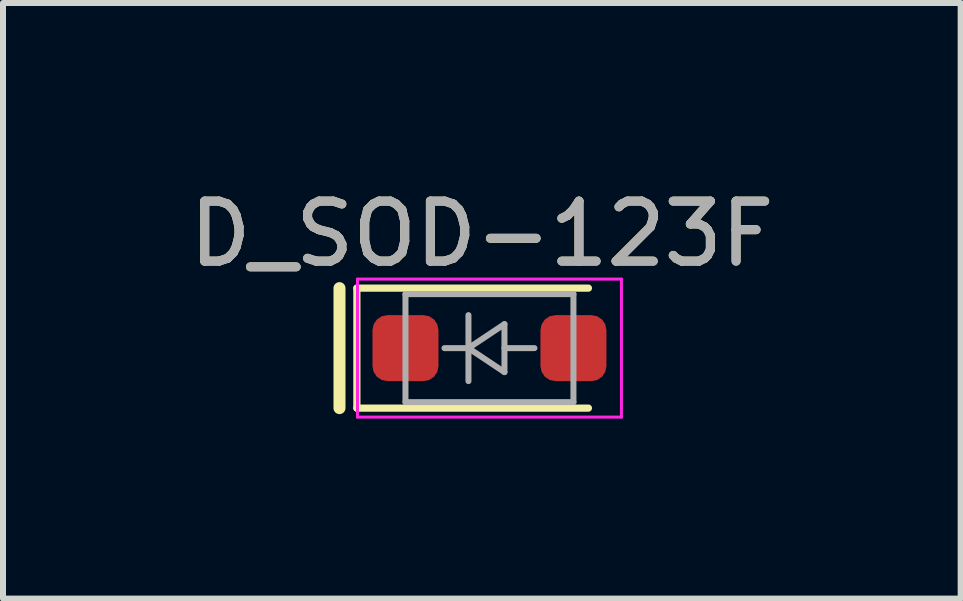
<source format=kicad_pcb>
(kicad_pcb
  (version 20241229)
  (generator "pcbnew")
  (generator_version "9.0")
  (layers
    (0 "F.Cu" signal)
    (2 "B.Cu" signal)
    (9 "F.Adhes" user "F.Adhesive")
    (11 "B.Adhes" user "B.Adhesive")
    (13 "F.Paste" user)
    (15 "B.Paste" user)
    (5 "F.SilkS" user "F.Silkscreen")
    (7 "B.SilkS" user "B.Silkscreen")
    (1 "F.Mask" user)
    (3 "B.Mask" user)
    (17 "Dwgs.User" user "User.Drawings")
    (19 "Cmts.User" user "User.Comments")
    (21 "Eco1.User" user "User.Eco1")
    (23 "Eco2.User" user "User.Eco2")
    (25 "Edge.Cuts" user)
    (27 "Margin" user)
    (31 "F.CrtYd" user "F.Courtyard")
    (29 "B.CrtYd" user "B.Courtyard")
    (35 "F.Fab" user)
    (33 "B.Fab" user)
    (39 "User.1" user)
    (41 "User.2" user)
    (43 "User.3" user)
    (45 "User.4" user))
  (footprint "D_SOD-123F"
    (layer "F.Cu")
    (at 5.109 2.753)
    (property "Reference" "D_SOD-123F" (at -0.127 -1.905 0) (layer "F.SilkS") (effects (font (size 1 1) (thickness 0.15))))
    (attr smd)
    (fp_line (start -2.5 -1) (end -2.5 1) (stroke (width 0.2) (type default)) (layer "F.SilkS"))
    (fp_line (start -2.21 -1) (end -2.21 1) (stroke (width 0.12) (type solid)) (layer "F.SilkS"))
    (fp_line (start -2.21 -1) (end 1.65 -1) (stroke (width 0.12) (type solid)) (layer "F.SilkS"))
    (fp_line (start -2.21 1) (end 1.65 1) (stroke (width 0.12) (type solid)) (layer "F.SilkS"))
    (fp_line (start -2.2 -1.15) (end -2.2 1.15) (stroke (width 0.05) (type solid)) (layer "F.CrtYd"))
    (fp_line (start -2.2 -1.15) (end 2.2 -1.15) (stroke (width 0.05) (type solid)) (layer "F.CrtYd"))
    (fp_line (start 2.2 -1.15) (end 2.2 1.15) (stroke (width 0.05) (type solid)) (layer "F.CrtYd"))
    (fp_line (start 2.2 1.15) (end -2.2 1.15) (stroke (width 0.05) (type solid)) (layer "F.CrtYd"))
    (fp_line (start -1.4 -0.9) (end 1.4 -0.9) (stroke (width 0.1) (type solid)) (layer "F.Fab"))
    (fp_line (start -1.4 0.9) (end -1.4 -0.9) (stroke (width 0.1) (type solid)) (layer "F.Fab"))
    (fp_line (start -0.75 0) (end -0.35 0) (stroke (width 0.1) (type solid)) (layer "F.Fab"))
    (fp_line (start -0.35 0) (end -0.35 -0.55) (stroke (width 0.1) (type solid)) (layer "F.Fab"))
    (fp_line (start -0.35 0) (end -0.35 0.55) (stroke (width 0.1) (type solid)) (layer "F.Fab"))
    (fp_line (start -0.35 0) (end 0.25 -0.4) (stroke (width 0.1) (type solid)) (layer "F.Fab"))
    (fp_line (start 0.25 -0.4) (end 0.25 0.4) (stroke (width 0.1) (type solid)) (layer "F.Fab"))
    (fp_line (start 0.25 0) (end 0.75 0) (stroke (width 0.1) (type solid)) (layer "F.Fab"))
    (fp_line (start 0.25 0.4) (end -0.35 0) (stroke (width 0.1) (type solid)) (layer "F.Fab"))
    (fp_line (start 1.4 -0.9) (end 1.4 0.9) (stroke (width 0.1) (type solid)) (layer "F.Fab"))
    (fp_line (start 1.4 0.9) (end -1.4 0.9) (stroke (width 0.1) (type solid)) (layer "F.Fab"))
    (fp_text user "${REFERENCE}" (at -0.127 -1.905 0) (layer "F.Fab") (effects (font (size 1 1) (thickness 0.15))))
    (pad "A" smd roundrect (at 1.4 0) (size 1.1 1.1) (layers "F.Cu" "F.Mask" "F.Paste") (roundrect_rratio 0.227))
    (pad "C" smd roundrect (at -1.4 0) (size 1.1 1.1) (layers "F.Cu" "F.Mask" "F.Paste") (roundrect_rratio 0.227)))
  (gr_rect
    (start -3 -3)
    (end 12.964 6.928)
    (stroke (width 0.1) (type default))
    (fill no)
    (layer "Edge.Cuts")))
</source>
